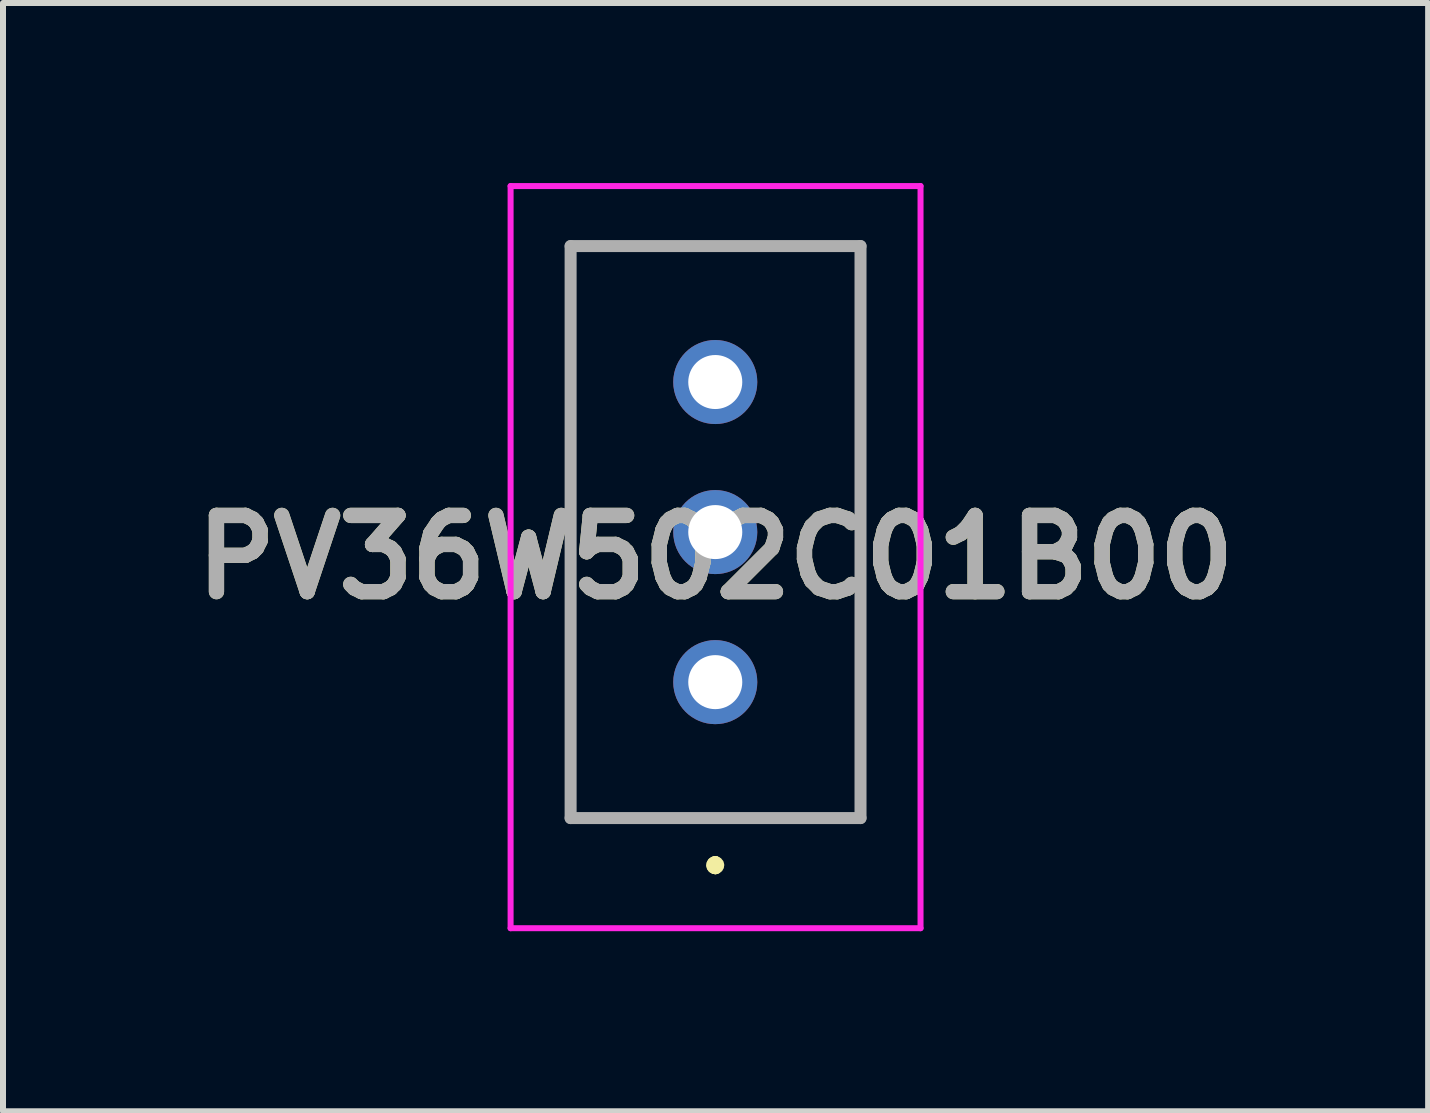
<source format=kicad_pcb>
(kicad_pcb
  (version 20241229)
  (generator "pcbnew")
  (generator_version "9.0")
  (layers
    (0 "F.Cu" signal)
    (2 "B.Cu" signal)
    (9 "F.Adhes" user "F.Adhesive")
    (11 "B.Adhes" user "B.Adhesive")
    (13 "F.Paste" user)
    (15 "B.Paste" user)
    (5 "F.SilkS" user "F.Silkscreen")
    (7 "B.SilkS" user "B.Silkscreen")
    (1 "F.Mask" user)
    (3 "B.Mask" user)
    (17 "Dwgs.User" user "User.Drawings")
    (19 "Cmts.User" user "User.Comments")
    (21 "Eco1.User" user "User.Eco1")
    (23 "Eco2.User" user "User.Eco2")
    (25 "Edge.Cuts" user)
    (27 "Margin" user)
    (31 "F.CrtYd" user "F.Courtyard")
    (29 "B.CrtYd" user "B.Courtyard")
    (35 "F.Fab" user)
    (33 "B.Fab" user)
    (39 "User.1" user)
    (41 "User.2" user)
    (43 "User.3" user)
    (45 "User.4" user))
  (footprint "PV36W502C01B00"
    (layer "F.Cu")
    (at 8.867 8.315)
    (property "Reference" "PV36W502C01B00" (at 0.005 -2.082 0) (layer "F.SilkS") (effects (font (size 1.27 1.27) (thickness 0.254))))
    (attr through_hole)
    (fp_line (start -2.41 -7.265) (end 2.42 -7.265) (stroke (width 0.1) (type solid)) (layer "F.SilkS"))
    (fp_line (start -2.41 2.265) (end -2.41 -7.265) (stroke (width 0.1) (type solid)) (layer "F.SilkS"))
    (fp_line (start 0 3) (end 0 3) (stroke (width 0.2) (type solid)) (layer "F.SilkS"))
    (fp_line (start 0 3) (end 0 3) (stroke (width 0.2) (type solid)) (layer "F.SilkS"))
    (fp_line (start 0 3.1) (end 0 3.1) (stroke (width 0.2) (type solid)) (layer "F.SilkS"))
    (fp_line (start 2.42 -7.265) (end 2.42 2.265) (stroke (width 0.1) (type solid)) (layer "F.SilkS"))
    (fp_line (start 2.42 2.265) (end -2.41 2.265) (stroke (width 0.1) (type solid)) (layer "F.SilkS"))
    (fp_arc (start 0 3) (mid 0.05 3.05) (end 0 3.1) (stroke (width 0.2) (type solid)) (layer "F.SilkS"))
    (fp_arc (start 0 3.1) (mid -0.05 3.05) (end 0 3) (stroke (width 0.2) (type solid)) (layer "F.SilkS"))
    (fp_arc (start 0 3.1) (mid -0.05 3.05) (end 0 3) (stroke (width 0.2) (type solid)) (layer "F.SilkS"))
    (fp_line (start -3.41 -8.265) (end 3.42 -8.265) (stroke (width 0.1) (type solid)) (layer "F.CrtYd"))
    (fp_line (start -3.41 4.1) (end -3.41 -8.265) (stroke (width 0.1) (type solid)) (layer "F.CrtYd"))
    (fp_line (start 3.42 -8.265) (end 3.42 4.1) (stroke (width 0.1) (type solid)) (layer "F.CrtYd"))
    (fp_line (start 3.42 4.1) (end -3.41 4.1) (stroke (width 0.1) (type solid)) (layer "F.CrtYd"))
    (fp_line (start -2.41 -7.265) (end -2.41 2.265) (stroke (width 0.2) (type solid)) (layer "F.Fab"))
    (fp_line (start -2.41 2.265) (end 2.42 2.265) (stroke (width 0.2) (type solid)) (layer "F.Fab"))
    (fp_line (start 2.42 -7.265) (end -2.41 -7.265) (stroke (width 0.2) (type solid)) (layer "F.Fab"))
    (fp_line (start 2.42 2.265) (end 2.42 -7.265) (stroke (width 0.2) (type solid)) (layer "F.Fab"))
    (fp_text user "${REFERENCE}" (at 0.005 -2.082 0) (layer "F.Fab") (effects (font (size 1.27 1.27) (thickness 0.254))))
    (pad "1" thru_hole circle (at 0 0) (size 1.4 1.4) (drill 0.9) (layers "*.Cu" "*.Mask"))
    (pad "2" thru_hole circle (at 0 -2.5) (size 1.4 1.4) (drill 0.9) (layers "*.Cu" "*.Mask"))
    (pad "3" thru_hole circle (at 0 -5) (size 1.4 1.4) (drill 0.9) (layers "*.Cu" "*.Mask")))
  (gr_rect
    (start -3 -3)
    (end 20.744 15.465)
    (stroke (width 0.1) (type default))
    (fill no)
    (layer "Edge.Cuts")))
</source>
